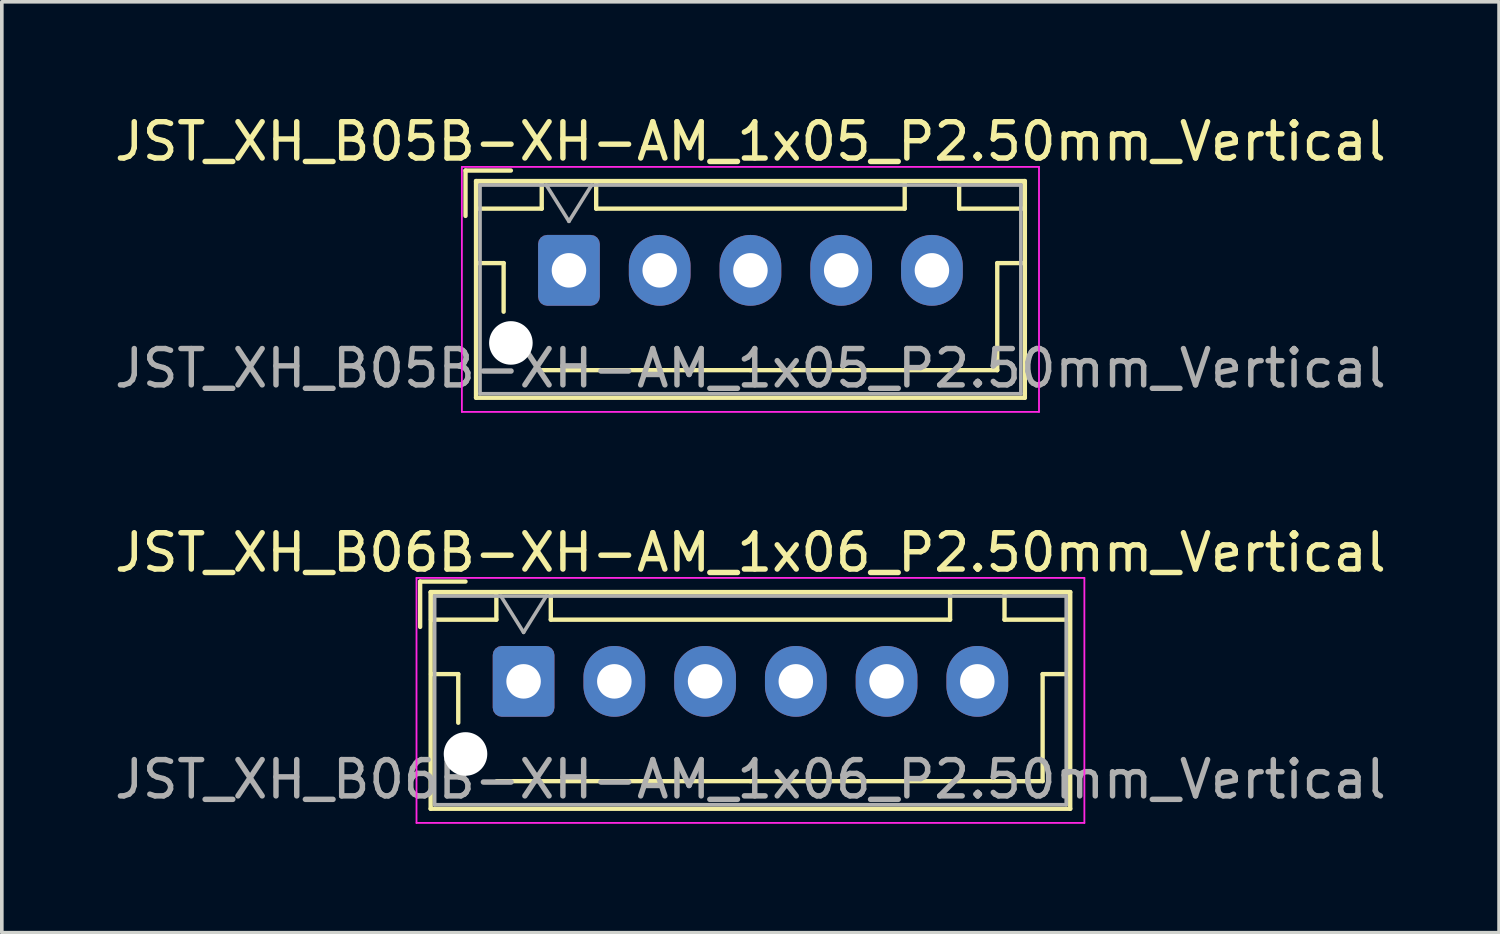
<source format=kicad_pcb>
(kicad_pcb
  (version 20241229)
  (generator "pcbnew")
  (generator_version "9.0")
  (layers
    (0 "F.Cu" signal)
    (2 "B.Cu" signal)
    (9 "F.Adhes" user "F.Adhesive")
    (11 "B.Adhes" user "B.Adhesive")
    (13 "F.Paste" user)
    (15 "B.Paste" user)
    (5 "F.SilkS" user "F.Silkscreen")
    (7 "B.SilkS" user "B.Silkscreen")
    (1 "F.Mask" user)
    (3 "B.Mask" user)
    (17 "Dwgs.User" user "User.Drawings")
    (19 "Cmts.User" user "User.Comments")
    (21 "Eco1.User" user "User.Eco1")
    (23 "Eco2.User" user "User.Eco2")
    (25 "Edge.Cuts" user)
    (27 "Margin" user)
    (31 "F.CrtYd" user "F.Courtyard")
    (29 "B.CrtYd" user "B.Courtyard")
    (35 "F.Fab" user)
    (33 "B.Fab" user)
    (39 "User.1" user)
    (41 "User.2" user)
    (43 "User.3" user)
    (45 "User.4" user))
  (footprint "JST_XH_B06B-XH-AM_1x06_P2.50mm_Vertical"
    (layer "F.Cu")
    (at 11.375 15.722)
    (property "Reference" "JST_XH_B06B-XH-AM_1x06_P2.50mm_Vertical" (at 6.25 -3.55 0) (layer "F.SilkS") (effects (font (size 1 1) (thickness 0.15))))
    (attr through_hole)
    (fp_line (start -2.85 -2.75) (end -2.85 -1.5) (stroke (width 0.12) (type solid)) (layer "F.SilkS"))
    (fp_line (start -2.56 -2.46) (end -2.56 3.51) (stroke (width 0.12) (type solid)) (layer "F.SilkS"))
    (fp_line (start -2.56 3.51) (end 15.06 3.51) (stroke (width 0.12) (type solid)) (layer "F.SilkS"))
    (fp_line (start -2.55 -2.45) (end -2.55 -1.7) (stroke (width 0.12) (type solid)) (layer "F.SilkS"))
    (fp_line (start -2.55 -1.7) (end -0.75 -1.7) (stroke (width 0.12) (type solid)) (layer "F.SilkS"))
    (fp_line (start -2.55 -0.2) (end -1.8 -0.2) (stroke (width 0.12) (type solid)) (layer "F.SilkS"))
    (fp_line (start -1.8 -0.2) (end -1.8 1.14) (stroke (width 0.12) (type solid)) (layer "F.SilkS"))
    (fp_line (start -1.6 -2.75) (end -2.85 -2.75) (stroke (width 0.12) (type solid)) (layer "F.SilkS"))
    (fp_line (start -0.75 -2.45) (end -2.55 -2.45) (stroke (width 0.12) (type solid)) (layer "F.SilkS"))
    (fp_line (start -0.75 -1.7) (end -0.75 -2.45) (stroke (width 0.12) (type solid)) (layer "F.SilkS"))
    (fp_line (start 0.75 -2.45) (end 0.75 -1.7) (stroke (width 0.12) (type solid)) (layer "F.SilkS"))
    (fp_line (start 0.75 -1.7) (end 11.75 -1.7) (stroke (width 0.12) (type solid)) (layer "F.SilkS"))
    (fp_line (start 6.25 2.75) (end -0.74 2.75) (stroke (width 0.12) (type solid)) (layer "F.SilkS"))
    (fp_line (start 11.75 -2.45) (end 0.75 -2.45) (stroke (width 0.12) (type solid)) (layer "F.SilkS"))
    (fp_line (start 11.75 -1.7) (end 11.75 -2.45) (stroke (width 0.12) (type solid)) (layer "F.SilkS"))
    (fp_line (start 13.25 -2.45) (end 13.25 -1.7) (stroke (width 0.12) (type solid)) (layer "F.SilkS"))
    (fp_line (start 13.25 -1.7) (end 15.05 -1.7) (stroke (width 0.12) (type solid)) (layer "F.SilkS"))
    (fp_line (start 14.3 -0.2) (end 14.3 2.75) (stroke (width 0.12) (type solid)) (layer "F.SilkS"))
    (fp_line (start 14.3 2.75) (end 6.25 2.75) (stroke (width 0.12) (type solid)) (layer "F.SilkS"))
    (fp_line (start 15.05 -2.45) (end 13.25 -2.45) (stroke (width 0.12) (type solid)) (layer "F.SilkS"))
    (fp_line (start 15.05 -1.7) (end 15.05 -2.45) (stroke (width 0.12) (type solid)) (layer "F.SilkS"))
    (fp_line (start 15.05 -0.2) (end 14.3 -0.2) (stroke (width 0.12) (type solid)) (layer "F.SilkS"))
    (fp_line (start 15.06 -2.46) (end -2.56 -2.46) (stroke (width 0.12) (type solid)) (layer "F.SilkS"))
    (fp_line (start 15.06 3.51) (end 15.06 -2.46) (stroke (width 0.12) (type solid)) (layer "F.SilkS"))
    (fp_line (start -2.95 -2.85) (end -2.95 3.9) (stroke (width 0.05) (type solid)) (layer "F.CrtYd"))
    (fp_line (start -2.95 3.9) (end 15.45 3.9) (stroke (width 0.05) (type solid)) (layer "F.CrtYd"))
    (fp_line (start 15.45 -2.85) (end -2.95 -2.85) (stroke (width 0.05) (type solid)) (layer "F.CrtYd"))
    (fp_line (start 15.45 3.9) (end 15.45 -2.85) (stroke (width 0.05) (type solid)) (layer "F.CrtYd"))
    (fp_line (start -2.45 -2.35) (end -2.45 3.4) (stroke (width 0.1) (type solid)) (layer "F.Fab"))
    (fp_line (start -2.45 3.4) (end 14.95 3.4) (stroke (width 0.1) (type solid)) (layer "F.Fab"))
    (fp_line (start -0.625 -2.35) (end 0 -1.35) (stroke (width 0.1) (type solid)) (layer "F.Fab"))
    (fp_line (start 0 -1.35) (end 0.625 -2.35) (stroke (width 0.1) (type solid)) (layer "F.Fab"))
    (fp_line (start 14.95 -2.35) (end -2.45 -2.35) (stroke (width 0.1) (type solid)) (layer "F.Fab"))
    (fp_line (start 14.95 3.4) (end 14.95 -2.35) (stroke (width 0.1) (type solid)) (layer "F.Fab"))
    (fp_text user "${REFERENCE}" (at 6.25 2.7 0) (layer "F.Fab") (effects (font (size 1 1) (thickness 0.15))))
    (pad "" np_thru_hole circle (at -1.6 2) (size 1.2 1.2) (drill 1.2) (layers "*.Cu" "*.Mask"))
    (pad "1" thru_hole roundrect (at 0 0) (size 1.7 1.95) (drill 0.95) (layers "*.Cu" "*.Mask") (roundrect_rratio 0.147))
    (pad "2" thru_hole oval (at 2.5 0) (size 1.7 1.95) (drill 0.95) (layers "*.Cu" "*.Mask"))
    (pad "3" thru_hole oval (at 5 0) (size 1.7 1.95) (drill 0.95) (layers "*.Cu" "*.Mask"))
    (pad "4" thru_hole oval (at 7.5 0) (size 1.7 1.95) (drill 0.95) (layers "*.Cu" "*.Mask"))
    (pad "5" thru_hole oval (at 10 0) (size 1.7 1.95) (drill 0.95) (layers "*.Cu" "*.Mask"))
    (pad "6" thru_hole oval (at 12.5 0) (size 1.7 1.95) (drill 0.95) (layers "*.Cu" "*.Mask")))
  (footprint "JST_XH_B05B-XH-AM_1x05_P2.50mm_Vertical"
    (layer "F.Cu")
    (at 12.625 4.398)
    (property "Reference" "JST_XH_B05B-XH-AM_1x05_P2.50mm_Vertical" (at 5 -3.55 0) (layer "F.SilkS") (effects (font (size 1 1) (thickness 0.15))))
    (attr through_hole)
    (fp_line (start -2.85 -2.75) (end -2.85 -1.5) (stroke (width 0.12) (type solid)) (layer "F.SilkS"))
    (fp_line (start -2.56 -2.46) (end -2.56 3.51) (stroke (width 0.12) (type solid)) (layer "F.SilkS"))
    (fp_line (start -2.56 3.51) (end 12.56 3.51) (stroke (width 0.12) (type solid)) (layer "F.SilkS"))
    (fp_line (start -2.55 -2.45) (end -2.55 -1.7) (stroke (width 0.12) (type solid)) (layer "F.SilkS"))
    (fp_line (start -2.55 -1.7) (end -0.75 -1.7) (stroke (width 0.12) (type solid)) (layer "F.SilkS"))
    (fp_line (start -2.55 -0.2) (end -1.8 -0.2) (stroke (width 0.12) (type solid)) (layer "F.SilkS"))
    (fp_line (start -1.8 -0.2) (end -1.8 1.14) (stroke (width 0.12) (type solid)) (layer "F.SilkS"))
    (fp_line (start -1.6 -2.75) (end -2.85 -2.75) (stroke (width 0.12) (type solid)) (layer "F.SilkS"))
    (fp_line (start -0.75 -2.45) (end -2.55 -2.45) (stroke (width 0.12) (type solid)) (layer "F.SilkS"))
    (fp_line (start -0.75 -1.7) (end -0.75 -2.45) (stroke (width 0.12) (type solid)) (layer "F.SilkS"))
    (fp_line (start 0.75 -2.45) (end 0.75 -1.7) (stroke (width 0.12) (type solid)) (layer "F.SilkS"))
    (fp_line (start 0.75 -1.7) (end 9.25 -1.7) (stroke (width 0.12) (type solid)) (layer "F.SilkS"))
    (fp_line (start 5 2.75) (end -0.74 2.75) (stroke (width 0.12) (type solid)) (layer "F.SilkS"))
    (fp_line (start 9.25 -2.45) (end 0.75 -2.45) (stroke (width 0.12) (type solid)) (layer "F.SilkS"))
    (fp_line (start 9.25 -1.7) (end 9.25 -2.45) (stroke (width 0.12) (type solid)) (layer "F.SilkS"))
    (fp_line (start 10.75 -2.45) (end 10.75 -1.7) (stroke (width 0.12) (type solid)) (layer "F.SilkS"))
    (fp_line (start 10.75 -1.7) (end 12.55 -1.7) (stroke (width 0.12) (type solid)) (layer "F.SilkS"))
    (fp_line (start 11.8 -0.2) (end 11.8 2.75) (stroke (width 0.12) (type solid)) (layer "F.SilkS"))
    (fp_line (start 11.8 2.75) (end 5 2.75) (stroke (width 0.12) (type solid)) (layer "F.SilkS"))
    (fp_line (start 12.55 -2.45) (end 10.75 -2.45) (stroke (width 0.12) (type solid)) (layer "F.SilkS"))
    (fp_line (start 12.55 -1.7) (end 12.55 -2.45) (stroke (width 0.12) (type solid)) (layer "F.SilkS"))
    (fp_line (start 12.55 -0.2) (end 11.8 -0.2) (stroke (width 0.12) (type solid)) (layer "F.SilkS"))
    (fp_line (start 12.56 -2.46) (end -2.56 -2.46) (stroke (width 0.12) (type solid)) (layer "F.SilkS"))
    (fp_line (start 12.56 3.51) (end 12.56 -2.46) (stroke (width 0.12) (type solid)) (layer "F.SilkS"))
    (fp_line (start -2.95 -2.85) (end -2.95 3.9) (stroke (width 0.05) (type solid)) (layer "F.CrtYd"))
    (fp_line (start -2.95 3.9) (end 12.95 3.9) (stroke (width 0.05) (type solid)) (layer "F.CrtYd"))
    (fp_line (start 12.95 -2.85) (end -2.95 -2.85) (stroke (width 0.05) (type solid)) (layer "F.CrtYd"))
    (fp_line (start 12.95 3.9) (end 12.95 -2.85) (stroke (width 0.05) (type solid)) (layer "F.CrtYd"))
    (fp_line (start -2.45 -2.35) (end -2.45 3.4) (stroke (width 0.1) (type solid)) (layer "F.Fab"))
    (fp_line (start -2.45 3.4) (end 12.45 3.4) (stroke (width 0.1) (type solid)) (layer "F.Fab"))
    (fp_line (start -0.625 -2.35) (end 0 -1.35) (stroke (width 0.1) (type solid)) (layer "F.Fab"))
    (fp_line (start 0 -1.35) (end 0.625 -2.35) (stroke (width 0.1) (type solid)) (layer "F.Fab"))
    (fp_line (start 12.45 -2.35) (end -2.45 -2.35) (stroke (width 0.1) (type solid)) (layer "F.Fab"))
    (fp_line (start 12.45 3.4) (end 12.45 -2.35) (stroke (width 0.1) (type solid)) (layer "F.Fab"))
    (fp_text user "${REFERENCE}" (at 5 2.7 0) (layer "F.Fab") (effects (font (size 1 1) (thickness 0.15))))
    (pad "" np_thru_hole circle (at -1.6 2) (size 1.2 1.2) (drill 1.2) (layers "*.Cu" "*.Mask"))
    (pad "1" thru_hole roundrect (at 0 0) (size 1.7 1.95) (drill 0.95) (layers "*.Cu" "*.Mask") (roundrect_rratio 0.147))
    (pad "2" thru_hole oval (at 2.5 0) (size 1.7 1.95) (drill 0.95) (layers "*.Cu" "*.Mask"))
    (pad "3" thru_hole oval (at 5 0) (size 1.7 1.95) (drill 0.95) (layers "*.Cu" "*.Mask"))
    (pad "4" thru_hole oval (at 7.5 0) (size 1.7 1.95) (drill 0.95) (layers "*.Cu" "*.Mask"))
    (pad "5" thru_hole oval (at 10 0) (size 1.7 1.95) (drill 0.95) (layers "*.Cu" "*.Mask")))
  (gr_rect
    (start -3 -3)
    (end 38.25 22.646)
    (stroke (width 0.1) (type default))
    (fill no)
    (layer "Edge.Cuts")))
</source>
